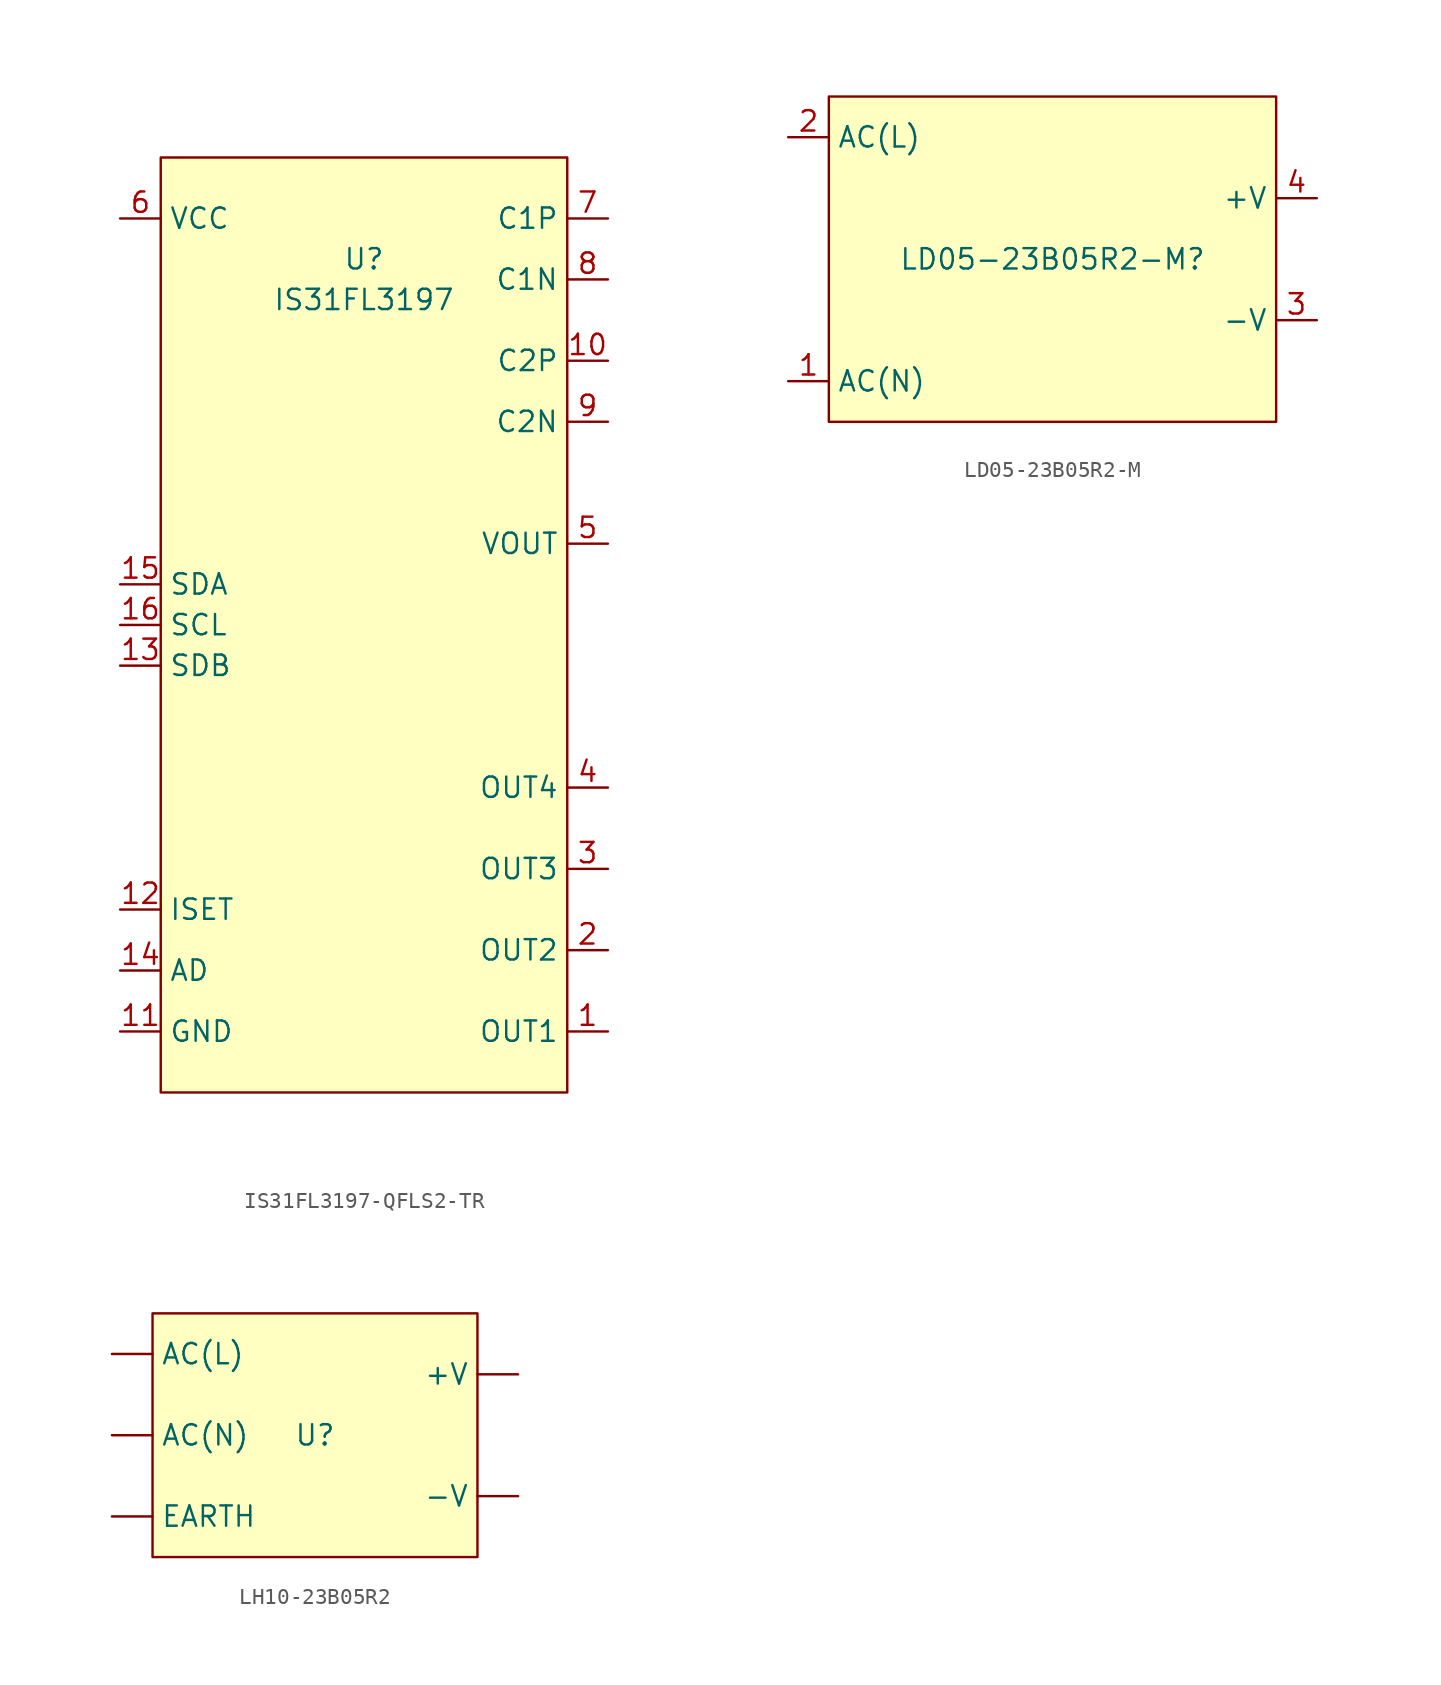
<source format=kicad_sym>
(kicad_symbol_lib
  (version 20220914)
  (generator kicad_symbol_editor)
  (symbol "IS31FL3197-QFLS2-TR"
    (property "Reference" "U"
      (at 0 22.86 0)
      (effects (font (size 1.27 1.27))))
    (property "Value" "IS31FL3197"
      (at 0 20.32 0)
      (effects (font (size 1.27 1.27))))
    (symbol "IS31FL3197-QFLS2-TR_1_1"
      (rectangle (start -12.7 29.21) (end 12.7 -29.21) (stroke (width 0) (type default)) (fill (type background)))
      (pin output line (at 15.24 -25.4 180) (length 2.54) (name "OUT1" (effects (font (size 1.27 1.27)))) (number "1" (effects (font (size 1.27 1.27)))))
      (pin passive line (at 15.24 16.51 180) (length 2.54) (name "C2P" (effects (font (size 1.27 1.27)))) (number "10" (effects (font (size 1.27 1.27)))))
      (pin passive line (at -15.24 -25.4 0) (length 2.54) (name "GND" (effects (font (size 1.27 1.27)))) (number "11" (effects (font (size 1.27 1.27)))))
      (pin passive line (at -15.24 -17.78 0) (length 2.54) (name "ISET" (effects (font (size 1.27 1.27)))) (number "12" (effects (font (size 1.27 1.27)))))
      (pin input line (at -15.24 -2.54 0) (length 2.54) (name "SDB" (effects (font (size 1.27 1.27)))) (number "13" (effects (font (size 1.27 1.27)))))
      (pin input line (at -15.24 -21.59 0) (length 2.54) (name "AD" (effects (font (size 1.27 1.27)))) (number "14" (effects (font (size 1.27 1.27)))))
      (pin bidirectional line (at -15.24 2.54 0) (length 2.54) (name "SDA" (effects (font (size 1.27 1.27)))) (number "15" (effects (font (size 1.27 1.27)))))
      (pin input line (at -15.24 0 0) (length 2.54) (name "SCL" (effects (font (size 1.27 1.27)))) (number "16" (effects (font (size 1.27 1.27)))))
      (pin output line (at 15.24 -20.32 180) (length 2.54) (name "OUT2" (effects (font (size 1.27 1.27)))) (number "2" (effects (font (size 1.27 1.27)))))
      (pin output line (at 15.24 -15.24 180) (length 2.54) (name "OUT3" (effects (font (size 1.27 1.27)))) (number "3" (effects (font (size 1.27 1.27)))))
      (pin output line (at 15.24 -10.16 180) (length 2.54) (name "OUT4" (effects (font (size 1.27 1.27)))) (number "4" (effects (font (size 1.27 1.27)))))
      (pin power_out line (at 15.24 5.08 180) (length 2.54) (name "VOUT" (effects (font (size 1.27 1.27)))) (number "5" (effects (font (size 1.27 1.27)))))
      (pin power_in line (at -15.24 25.4 0) (length 2.54) (name "VCC" (effects (font (size 1.27 1.27)))) (number "6" (effects (font (size 1.27 1.27)))))
      (pin passive line (at 15.24 25.4 180) (length 2.54) (name "C1P" (effects (font (size 1.27 1.27)))) (number "7" (effects (font (size 1.27 1.27)))))
      (pin passive line (at 15.24 21.59 180) (length 2.54) (name "C1N" (effects (font (size 1.27 1.27)))) (number "8" (effects (font (size 1.27 1.27)))))
      (pin passive line (at 15.24 12.7 180) (length 2.54) (name "C2N" (effects (font (size 1.27 1.27)))) (number "9" (effects (font (size 1.27 1.27)))))))
  (symbol "LD05-23B05R2-M"
    (property "Reference" "LD05-23B05R2-M"
      (at 0 0 0)
      (effects (font (size 1.27 1.27))))
    (property "Value" ""
      (at 3.81 -1.27 0)
      (effects (font (size 1.27 1.27))))
    (symbol "LD05-23B05R2-M_1_1"
      (rectangle (start -13.97 10.16) (end 13.97 -10.16) (stroke (width 0) (type default)) (fill (type background)))
      (pin input line (at -16.51 -7.62 0) (length 2.54) (name "AC(N)" (effects (font (size 1.27 1.27)))) (number "1" (effects (font (size 1.27 1.27)))))
      (pin input line (at -16.51 7.62 0) (length 2.54) (name "AC(L)" (effects (font (size 1.27 1.27)))) (number "2" (effects (font (size 1.27 1.27)))))
      (pin output line (at 16.51 -3.81 180) (length 2.54) (name "-V" (effects (font (size 1.27 1.27)))) (number "3" (effects (font (size 1.27 1.27)))))
      (pin output line (at 16.51 3.81 180) (length 2.54) (name "+V" (effects (font (size 1.27 1.27)))) (number "4" (effects (font (size 1.27 1.27)))))))
  (symbol "LH10-23B05R2"
    (pin_numbers hide)
    (property "Reference" "U"
      (at 0 0 0)
      (effects (font (size 1.27 1.27))))
    (property "Value" ""
      (at 0 0 0)
      (effects (font (size 1.27 1.27))))
    (symbol "LH10-23B05R2_1_1"
      (rectangle (start -10.16 7.62) (end 10.16 -7.62) (stroke (width 0) (type default)) (fill (type background)))
      (pin input line (at -12.7 -5.08 0) (length 2.54) (name "EARTH" (effects (font (size 1.27 1.27)))) (number "1" (effects (font (size 1.27 1.27)))))
      (pin input line (at -12.7 0 0) (length 2.54) (name "AC(N)" (effects (font (size 1.27 1.27)))) (number "2" (effects (font (size 1.27 1.27)))))
      (pin input line (at -12.7 5.08 0) (length 2.54) (name "AC(L)" (effects (font (size 1.27 1.27)))) (number "3" (effects (font (size 1.27 1.27)))))
      (pin output line (at 12.7 3.81 180) (length 2.54) (name "+V" (effects (font (size 1.27 1.27)))) (number "4" (effects (font (size 1.27 1.27)))))
      (pin output line (at 12.7 -3.81 180) (length 2.54) (name "-V" (effects (font (size 1.27 1.27)))) (number "8" (effects (font (size 1.27 1.27))))))))
</source>
